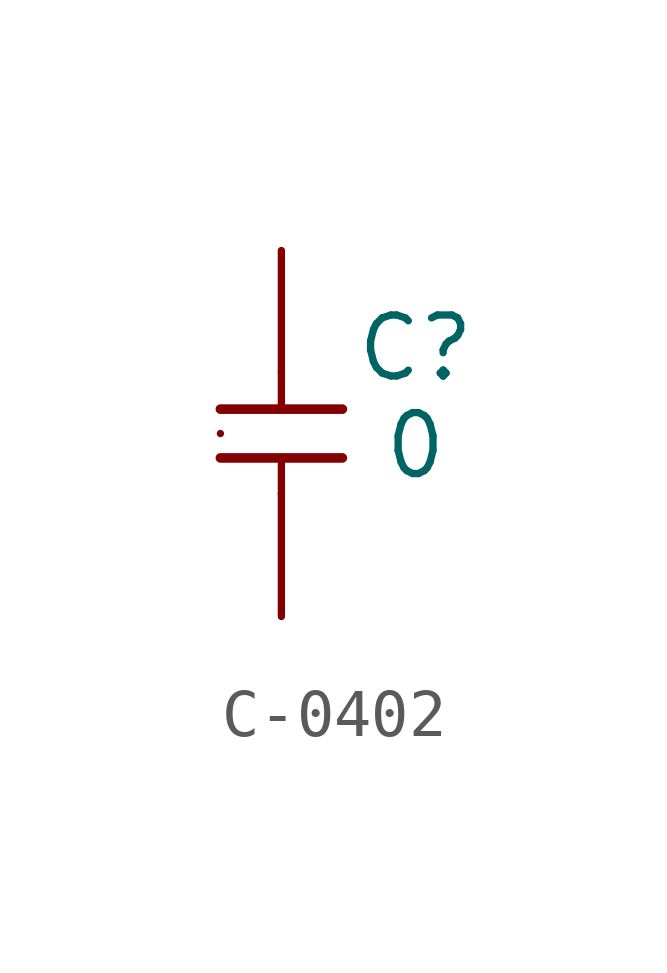
<source format=kicad_sym>
(kicad_symbol_lib
  (version 20231120)
  (generator "kicad_symbol_editor")
  (generator_version "8.0")
  (symbol "C-0402"
    (pin_numbers hide)
    (property "Reference" "C"
      (at 2.794 1.778 0)
      (effects (font (size 1.27 1.27))))
    (property "Value" "0"
      (at 2.794 -0.254 0)
      (effects (font (size 1.27 1.27))))
    (symbol "C-0402_0_1"
      (polyline (pts (xy -1.27 -0.508) (xy 1.27 -0.508)) (stroke (width 0.2) (type default)) (fill (type none)))
      (polyline (pts (xy -1.27 0) (xy -1.27 0)) (stroke (width 0) (type default)) (fill (type none)))
      (polyline (pts (xy -1.27 0.508) (xy 1.27 0.508)) (stroke (width 0.2) (type default)) (fill (type none)))
      (polyline (pts (xy 0 -1.25) (xy 0 -1.25)) (stroke (width 0) (type default)) (fill (type none)))
      (polyline (pts (xy 0 -1.25) (xy 0 -0.508)) (stroke (width 0) (type default)) (fill (type none)))
      (polyline (pts (xy 0 0.5) (xy 0 1.27)) (stroke (width 0) (type default)) (fill (type none))))
    (symbol "C-0402_1_1"
      (pin unspecified line (at 0 3.81 270) (length 2.54) (name "" (effects (font (size 1.27 1.27)))) (number "1" (effects (font (size 1.27 1.27)))))
      (pin unspecified line (at 0 -3.81 90) (length 2.54) (name "" (effects (font (size 1.27 1.27)))) (number "2" (effects (font (size 1.27 1.27))))))))
</source>
